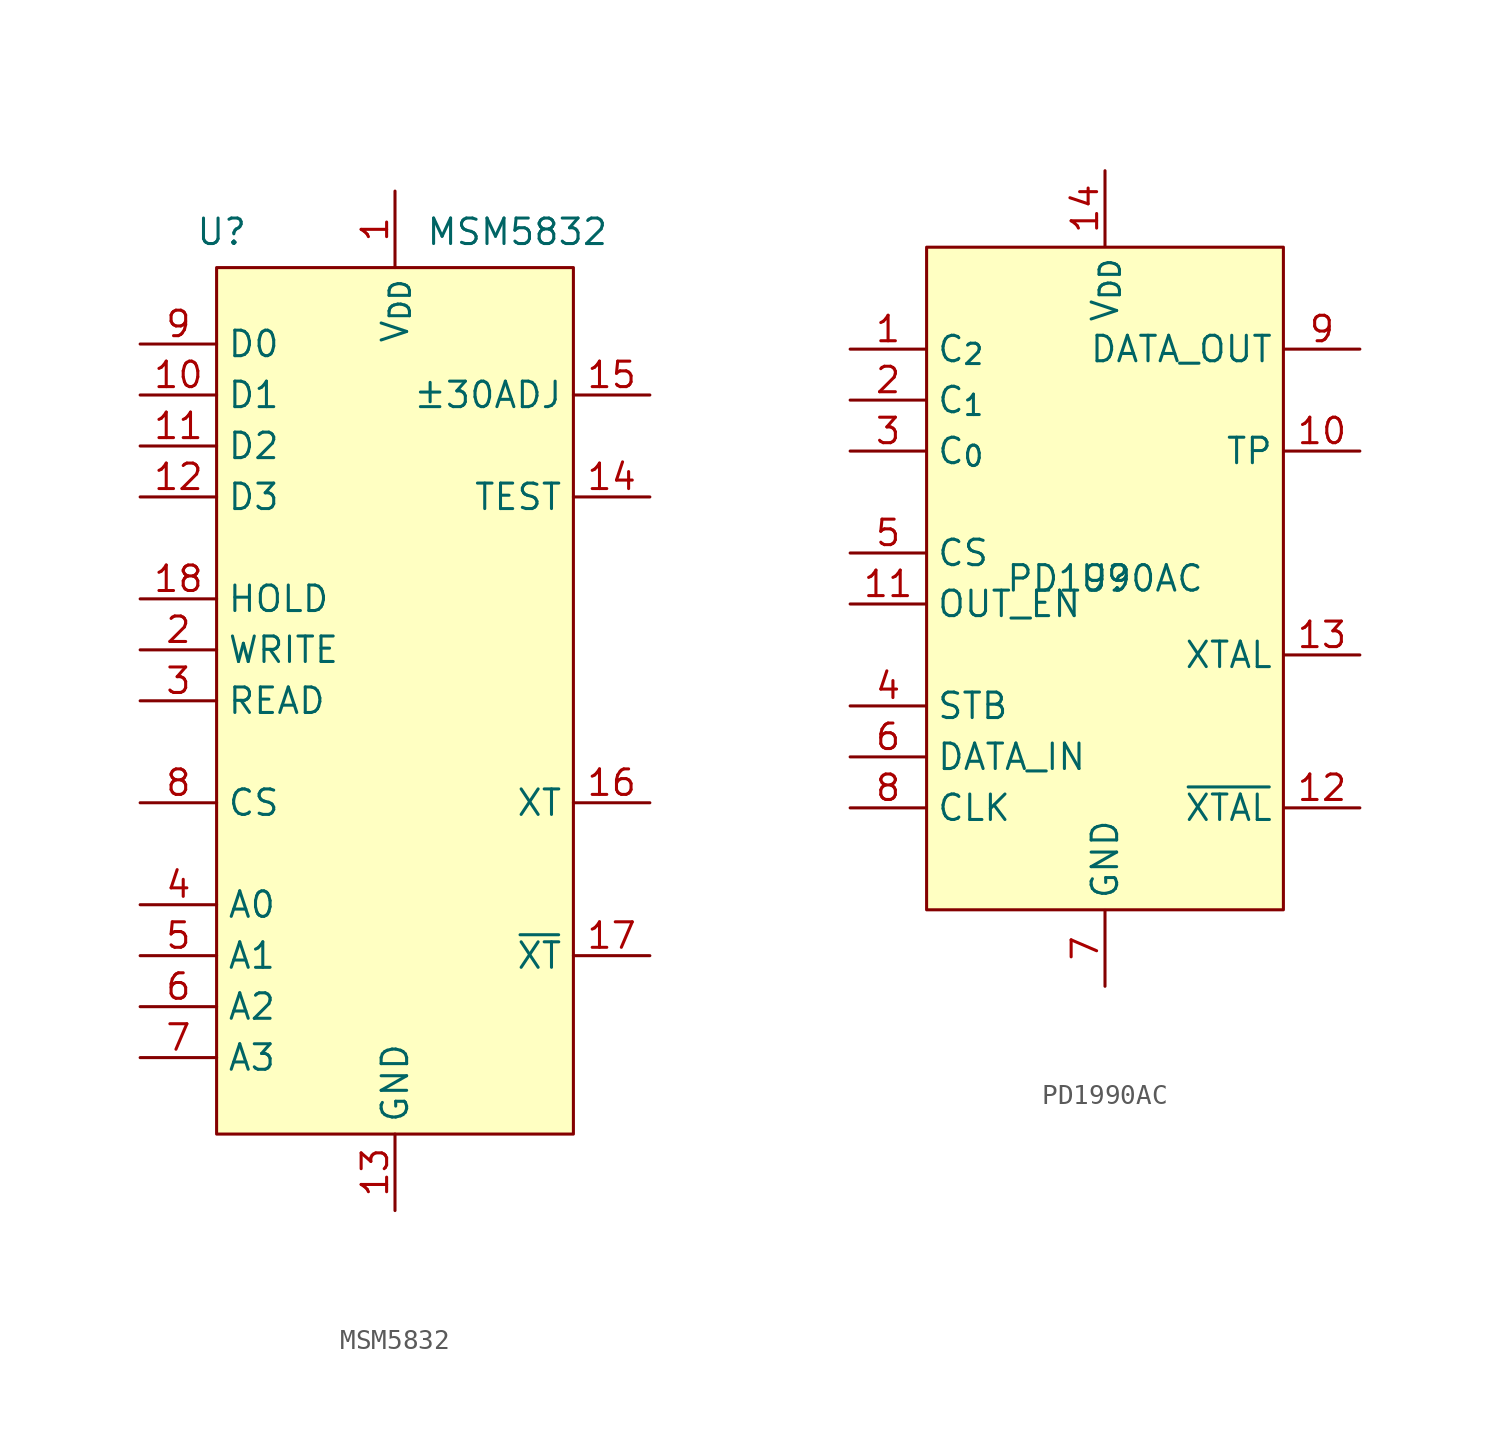
<source format=kicad_sym>
(kicad_symbol_lib
  (version 20231120)
  (generator "kicad_symbol_editor")
  (generator_version "8.0")
  (symbol "MSM5832"
    (property "Reference" "U"
      (at -8.636 23.368 0)
      (effects (font (size 1.27 1.27))))
    (property "Value" "MSM5832"
      (at 6.096 23.368 0)
      (effects (font (size 1.27 1.27))))
    (symbol "MSM5832_1_1"
      (rectangle (start -8.89 21.59) (end 8.89 -21.59) (stroke (width 0) (type default)) (fill (type background)))
      (pin power_in line (at 0 25.4 270) (length 3.81) (name "V_{DD}" (effects (font (size 1.27 1.27)))) (number "1" (effects (font (size 1.27 1.27)))))
      (pin tri_state line (at -12.7 15.24 0) (length 3.81) (name "D1" (effects (font (size 1.27 1.27)))) (number "10" (effects (font (size 1.27 1.27)))))
      (pin tri_state line (at -12.7 12.7 0) (length 3.81) (name "D2" (effects (font (size 1.27 1.27)))) (number "11" (effects (font (size 1.27 1.27)))))
      (pin tri_state line (at -12.7 10.16 0) (length 3.81) (name "D3" (effects (font (size 1.27 1.27)))) (number "12" (effects (font (size 1.27 1.27)))))
      (pin power_in line (at 0 -25.4 90) (length 3.81) (name "GND" (effects (font (size 1.27 1.27)))) (number "13" (effects (font (size 1.27 1.27)))))
      (pin input line (at 12.7 10.16 180) (length 3.81) (name "TEST" (effects (font (size 1.27 1.27)))) (number "14" (effects (font (size 1.27 1.27)))))
      (pin input line (at 12.7 15.24 180) (length 3.81) (name "±30ADJ" (effects (font (size 1.27 1.27)))) (number "15" (effects (font (size 1.27 1.27)))))
      (pin input line (at 12.7 -5.08 180) (length 3.81) (name "XT" (effects (font (size 1.27 1.27)))) (number "16" (effects (font (size 1.27 1.27)))))
      (pin output line (at 12.7 -12.7 180) (length 3.81) (name "~{XT}" (effects (font (size 1.27 1.27)))) (number "17" (effects (font (size 1.27 1.27)))))
      (pin input line (at -12.7 5.08 0) (length 3.81) (name "HOLD" (effects (font (size 1.27 1.27)))) (number "18" (effects (font (size 1.27 1.27)))))
      (pin input line (at -12.7 2.54 0) (length 3.81) (name "WRITE" (effects (font (size 1.27 1.27)))) (number "2" (effects (font (size 1.27 1.27)))))
      (pin input line (at -12.7 0 0) (length 3.81) (name "READ" (effects (font (size 1.27 1.27)))) (number "3" (effects (font (size 1.27 1.27)))))
      (pin input line (at -12.7 -10.16 0) (length 3.81) (name "A0" (effects (font (size 1.27 1.27)))) (number "4" (effects (font (size 1.27 1.27)))))
      (pin input line (at -12.7 -12.7 0) (length 3.81) (name "A1" (effects (font (size 1.27 1.27)))) (number "5" (effects (font (size 1.27 1.27)))))
      (pin input line (at -12.7 -15.24 0) (length 3.81) (name "A2" (effects (font (size 1.27 1.27)))) (number "6" (effects (font (size 1.27 1.27)))))
      (pin input line (at -12.7 -17.78 0) (length 3.81) (name "A3" (effects (font (size 1.27 1.27)))) (number "7" (effects (font (size 1.27 1.27)))))
      (pin input line (at -12.7 -5.08 0) (length 3.81) (name "CS" (effects (font (size 1.27 1.27)))) (number "8" (effects (font (size 1.27 1.27)))))
      (pin tri_state line (at -12.7 17.78 0) (length 3.81) (name "D0" (effects (font (size 1.27 1.27)))) (number "9" (effects (font (size 1.27 1.27)))))))
  (symbol "PD1990AC"
    (property "Reference" "U"
      (at 0 0 0)
      (effects (font (size 1.27 1.27))))
    (property "Value" "PD1990AC"
      (at 0 0 0)
      (effects (font (size 1.27 1.27))))
    (symbol "PD1990AC_1_1"
      (rectangle (start -8.89 16.51) (end 8.89 -16.51) (stroke (width 0) (type default)) (fill (type background)))
      (pin input line (at -12.7 11.43 0) (length 3.78) (name "C_{2}" (effects (font (size 1.27 1.27)))) (number "1" (effects (font (size 1.27 1.27)))))
      (pin open_collector line (at 12.7 6.35 180) (length 3.78) (name "TP" (effects (font (size 1.27 1.27)))) (number "10" (effects (font (size 1.27 1.27)))))
      (pin input line (at -12.7 -1.27 0) (length 3.78) (name "OUT_EN" (effects (font (size 1.27 1.27)))) (number "11" (effects (font (size 1.27 1.27)))))
      (pin output line (at 12.7 -11.43 180) (length 3.78) (name "~{XTAL}" (effects (font (size 1.27 1.27)))) (number "12" (effects (font (size 1.27 1.27)))))
      (pin input line (at 12.7 -3.81 180) (length 3.78) (name "XTAL" (effects (font (size 1.27 1.27)))) (number "13" (effects (font (size 1.27 1.27)))))
      (pin power_in line (at 0 20.32 270) (length 3.78) (name "V_{DD}" (effects (font (size 1.27 1.27)))) (number "14" (effects (font (size 1.27 1.27)))))
      (pin input line (at -12.7 8.89 0) (length 3.78) (name "C_{1}" (effects (font (size 1.27 1.27)))) (number "2" (effects (font (size 1.27 1.27)))))
      (pin input line (at -12.7 6.35 0) (length 3.78) (name "C_{0}" (effects (font (size 1.27 1.27)))) (number "3" (effects (font (size 1.27 1.27)))))
      (pin input line (at -12.7 -6.35 0) (length 3.78) (name "STB" (effects (font (size 1.27 1.27)))) (number "4" (effects (font (size 1.27 1.27)))))
      (pin input line (at -12.7 1.27 0) (length 3.78) (name "CS" (effects (font (size 1.27 1.27)))) (number "5" (effects (font (size 1.27 1.27)))))
      (pin input line (at -12.7 -8.89 0) (length 3.78) (name "DATA_IN" (effects (font (size 1.27 1.27)))) (number "6" (effects (font (size 1.27 1.27)))))
      (pin power_in line (at 0 -20.32 90) (length 3.78) (name "GND" (effects (font (size 1.27 1.27)))) (number "7" (effects (font (size 1.27 1.27)))))
      (pin input line (at -12.7 -11.43 0) (length 3.78) (name "CLK" (effects (font (size 1.27 1.27)))) (number "8" (effects (font (size 1.27 1.27)))))
      (pin open_collector line (at 12.7 11.43 180) (length 3.78) (name "DATA_OUT" (effects (font (size 1.27 1.27)))) (number "9" (effects (font (size 1.27 1.27))))))))
</source>
